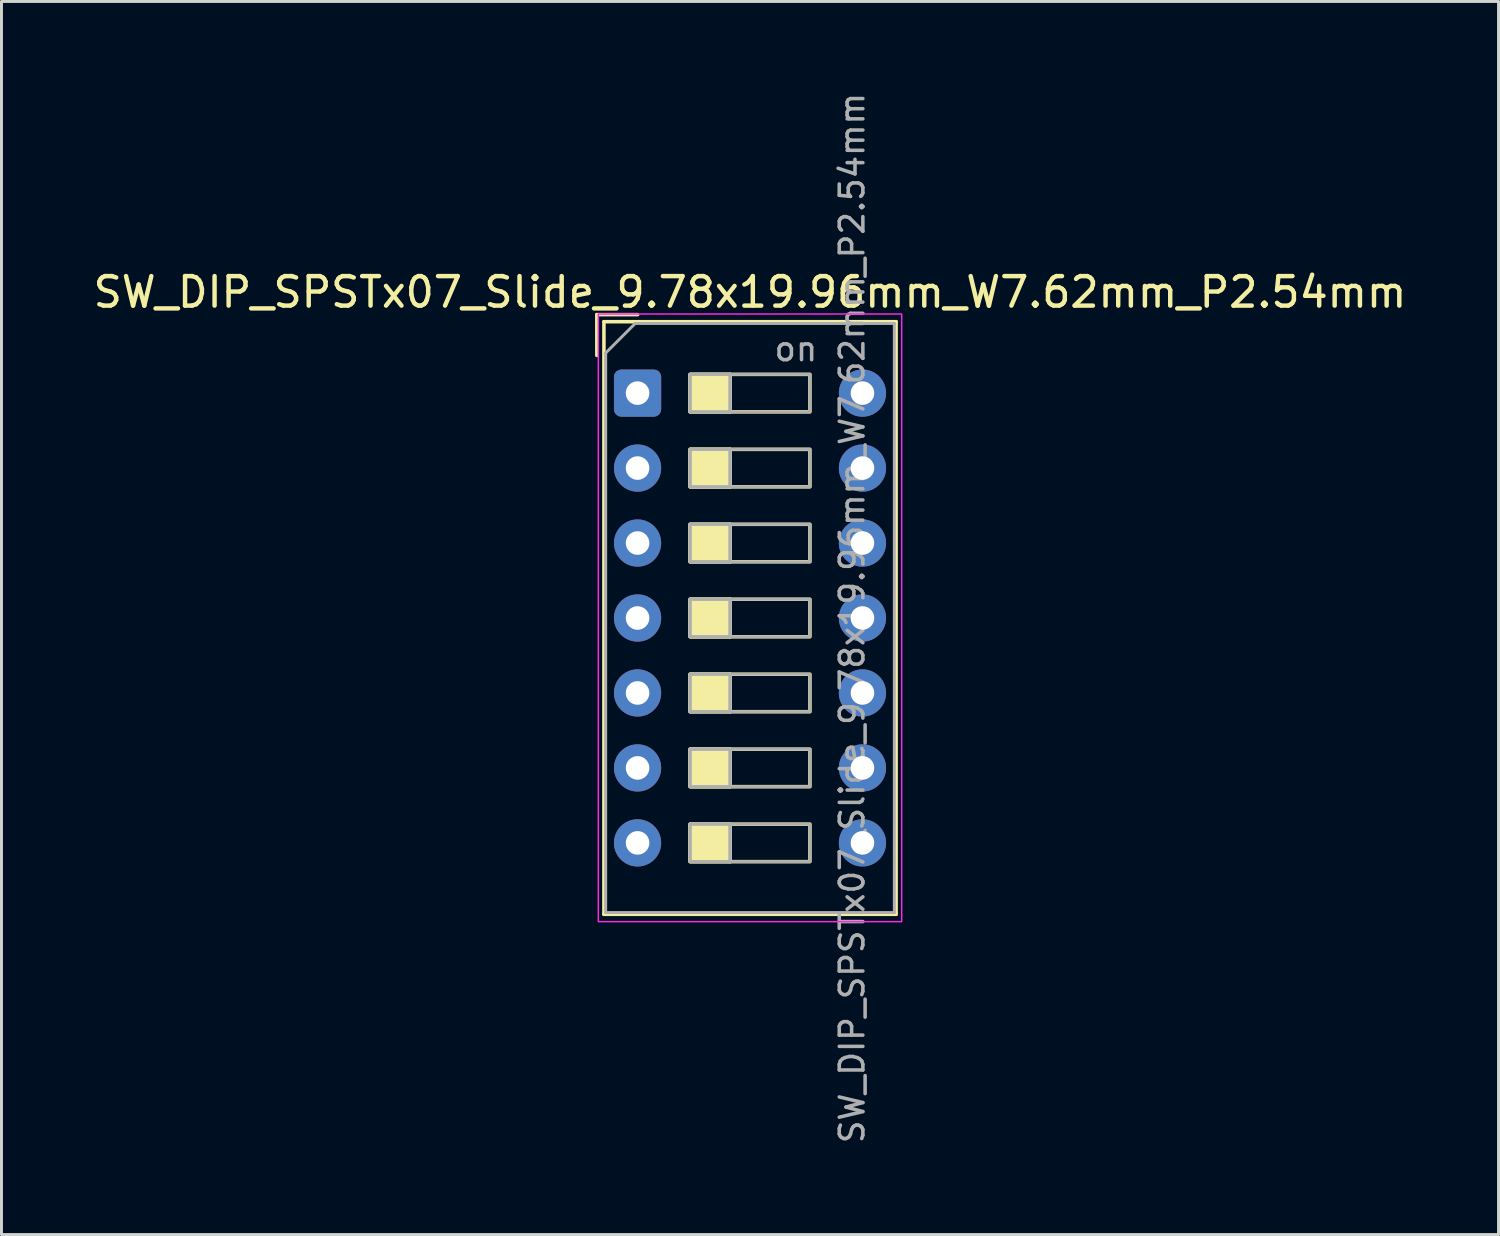
<source format=kicad_pcb>
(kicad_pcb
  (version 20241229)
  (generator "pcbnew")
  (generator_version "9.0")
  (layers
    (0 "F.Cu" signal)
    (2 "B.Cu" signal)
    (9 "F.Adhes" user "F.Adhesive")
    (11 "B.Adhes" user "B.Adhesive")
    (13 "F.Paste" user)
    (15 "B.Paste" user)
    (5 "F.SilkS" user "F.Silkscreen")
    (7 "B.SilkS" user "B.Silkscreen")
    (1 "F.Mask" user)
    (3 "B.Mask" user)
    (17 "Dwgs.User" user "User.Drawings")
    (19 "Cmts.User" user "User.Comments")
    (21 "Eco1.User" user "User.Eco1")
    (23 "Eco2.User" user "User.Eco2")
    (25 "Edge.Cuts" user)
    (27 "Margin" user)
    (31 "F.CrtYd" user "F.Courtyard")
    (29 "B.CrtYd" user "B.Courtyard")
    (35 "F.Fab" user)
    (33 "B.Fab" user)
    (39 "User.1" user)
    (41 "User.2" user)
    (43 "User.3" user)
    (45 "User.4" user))
  (footprint "SW_DIP_SPSTx07_Slide_9.78x19.96mm_W7.62mm_P2.54mm"
    (layer "F.Cu")
    (at 18.553 10.27)
    (property "Reference" "SW_DIP_SPSTx07_Slide_9.78x19.96mm_W7.62mm_P2.54mm" (at 3.81 -3.42 0) (layer "F.SilkS") (effects (font (size 1 1) (thickness 0.15))))
    (attr through_hole)
    (fp_line (start -1.38 -2.66) (end -1.38 -1.277) (stroke (width 0.12) (type solid)) (layer "F.SilkS"))
    (fp_line (start -1.38 -2.66) (end 0.003 -2.66) (stroke (width 0.12) (type solid)) (layer "F.SilkS"))
    (fp_line (start -1.14 -2.42) (end -1.14 17.66) (stroke (width 0.12) (type solid)) (layer "F.SilkS"))
    (fp_line (start -1.14 -2.42) (end 8.76 -2.42) (stroke (width 0.12) (type solid)) (layer "F.SilkS"))
    (fp_line (start -1.14 17.66) (end 8.76 17.66) (stroke (width 0.12) (type solid)) (layer "F.SilkS"))
    (fp_line (start 3.133 -0.635) (end 3.133 0.635) (stroke (width 0.12) (type solid)) (layer "F.SilkS"))
    (fp_line (start 3.133 1.905) (end 3.133 3.175) (stroke (width 0.12) (type solid)) (layer "F.SilkS"))
    (fp_line (start 3.133 4.445) (end 3.133 5.715) (stroke (width 0.12) (type solid)) (layer "F.SilkS"))
    (fp_line (start 3.133 6.985) (end 3.133 8.255) (stroke (width 0.12) (type solid)) (layer "F.SilkS"))
    (fp_line (start 3.133 9.525) (end 3.133 10.795) (stroke (width 0.12) (type solid)) (layer "F.SilkS"))
    (fp_line (start 3.133 12.065) (end 3.133 13.335) (stroke (width 0.12) (type solid)) (layer "F.SilkS"))
    (fp_line (start 3.133 14.605) (end 3.133 15.875) (stroke (width 0.12) (type solid)) (layer "F.SilkS"))
    (fp_line (start 8.76 -2.42) (end 8.76 17.66) (stroke (width 0.12) (type solid)) (layer "F.SilkS"))
    (fp_rect (start 1.78 -0.635) (end 3.133 0.635) (stroke (width 0.12) (type solid)) (fill yes) (layer "F.SilkS"))
    (fp_rect (start 1.78 -0.635) (end 5.84 0.635) (stroke (width 0.12) (type solid)) (fill no) (layer "F.SilkS"))
    (fp_rect (start 1.78 1.905) (end 3.133 3.175) (stroke (width 0.12) (type solid)) (fill yes) (layer "F.SilkS"))
    (fp_rect (start 1.78 1.905) (end 5.84 3.175) (stroke (width 0.12) (type solid)) (fill no) (layer "F.SilkS"))
    (fp_rect (start 1.78 4.445) (end 3.133 5.715) (stroke (width 0.12) (type solid)) (fill yes) (layer "F.SilkS"))
    (fp_rect (start 1.78 4.445) (end 5.84 5.715) (stroke (width 0.12) (type solid)) (fill no) (layer "F.SilkS"))
    (fp_rect (start 1.78 6.985) (end 3.133 8.255) (stroke (width 0.12) (type solid)) (fill yes) (layer "F.SilkS"))
    (fp_rect (start 1.78 6.985) (end 5.84 8.255) (stroke (width 0.12) (type solid)) (fill no) (layer "F.SilkS"))
    (fp_rect (start 1.78 9.525) (end 3.133 10.795) (stroke (width 0.12) (type solid)) (fill yes) (layer "F.SilkS"))
    (fp_rect (start 1.78 9.525) (end 5.84 10.795) (stroke (width 0.12) (type solid)) (fill no) (layer "F.SilkS"))
    (fp_rect (start 1.78 12.065) (end 3.133 13.335) (stroke (width 0.12) (type solid)) (fill yes) (layer "F.SilkS"))
    (fp_rect (start 1.78 12.065) (end 5.84 13.335) (stroke (width 0.12) (type solid)) (fill no) (layer "F.SilkS"))
    (fp_rect (start 1.78 14.605) (end 3.133 15.875) (stroke (width 0.12) (type solid)) (fill yes) (layer "F.SilkS"))
    (fp_rect (start 1.78 14.605) (end 5.84 15.875) (stroke (width 0.12) (type solid)) (fill no) (layer "F.SilkS"))
    (fp_rect (start -1.33 -2.68) (end 8.95 17.91) (stroke (width 0.05) (type solid)) (fill no) (layer "F.CrtYd"))
    (fp_line (start -1.08 -1.36) (end -0.08 -2.36) (stroke (width 0.1) (type solid)) (layer "F.Fab"))
    (fp_line (start -1.08 17.6) (end -1.08 -1.36) (stroke (width 0.1) (type solid)) (layer "F.Fab"))
    (fp_line (start -0.08 -2.36) (end 8.7 -2.36) (stroke (width 0.1) (type solid)) (layer "F.Fab"))
    (fp_line (start 3.133 -0.635) (end 3.133 0.635) (stroke (width 0.1) (type solid)) (layer "F.Fab"))
    (fp_line (start 3.133 1.905) (end 3.133 3.175) (stroke (width 0.1) (type solid)) (layer "F.Fab"))
    (fp_line (start 3.133 4.445) (end 3.133 5.715) (stroke (width 0.1) (type solid)) (layer "F.Fab"))
    (fp_line (start 3.133 6.985) (end 3.133 8.255) (stroke (width 0.1) (type solid)) (layer "F.Fab"))
    (fp_line (start 3.133 9.525) (end 3.133 10.795) (stroke (width 0.1) (type solid)) (layer "F.Fab"))
    (fp_line (start 3.133 12.065) (end 3.133 13.335) (stroke (width 0.1) (type solid)) (layer "F.Fab"))
    (fp_line (start 3.133 14.605) (end 3.133 15.875) (stroke (width 0.1) (type solid)) (layer "F.Fab"))
    (fp_line (start 8.7 -2.36) (end 8.7 17.6) (stroke (width 0.1) (type solid)) (layer "F.Fab"))
    (fp_line (start 8.7 17.6) (end -1.08 17.6) (stroke (width 0.1) (type solid)) (layer "F.Fab"))
    (fp_rect (start 1.78 -0.635) (end 3.133 0.635) (stroke (width 0.1) (type solid)) (fill no) (layer "F.Fab"))
    (fp_rect (start 1.78 -0.635) (end 5.84 0.635) (stroke (width 0.1) (type solid)) (fill no) (layer "F.Fab"))
    (fp_rect (start 1.78 1.905) (end 3.133 3.175) (stroke (width 0.1) (type solid)) (fill no) (layer "F.Fab"))
    (fp_rect (start 1.78 1.905) (end 5.84 3.175) (stroke (width 0.1) (type solid)) (fill no) (layer "F.Fab"))
    (fp_rect (start 1.78 4.445) (end 3.133 5.715) (stroke (width 0.1) (type solid)) (fill no) (layer "F.Fab"))
    (fp_rect (start 1.78 4.445) (end 5.84 5.715) (stroke (width 0.1) (type solid)) (fill no) (layer "F.Fab"))
    (fp_rect (start 1.78 6.985) (end 3.133 8.255) (stroke (width 0.1) (type solid)) (fill no) (layer "F.Fab"))
    (fp_rect (start 1.78 6.985) (end 5.84 8.255) (stroke (width 0.1) (type solid)) (fill no) (layer "F.Fab"))
    (fp_rect (start 1.78 9.525) (end 3.133 10.795) (stroke (width 0.1) (type solid)) (fill no) (layer "F.Fab"))
    (fp_rect (start 1.78 9.525) (end 5.84 10.795) (stroke (width 0.1) (type solid)) (fill no) (layer "F.Fab"))
    (fp_rect (start 1.78 12.065) (end 3.133 13.335) (stroke (width 0.1) (type solid)) (fill no) (layer "F.Fab"))
    (fp_rect (start 1.78 12.065) (end 5.84 13.335) (stroke (width 0.1) (type solid)) (fill no) (layer "F.Fab"))
    (fp_rect (start 1.78 14.605) (end 3.133 15.875) (stroke (width 0.1) (type solid)) (fill no) (layer "F.Fab"))
    (fp_rect (start 1.78 14.605) (end 5.84 15.875) (stroke (width 0.1) (type solid)) (fill no) (layer "F.Fab"))
    (fp_text user "on" (at 5.365 -1.498 0) (layer "F.Fab") (effects (font (size 0.8 0.8) (thickness 0.12))))
    (fp_text user "${REFERENCE}" (at 7.27 7.62 90) (layer "F.Fab") (effects (font (size 0.8 0.8) (thickness 0.12))))
    (pad "1" thru_hole roundrect (at 0 0) (size 1.6 1.6) (drill 0.8) (layers "*.Cu" "*.Mask") (roundrect_rratio 0.156))
    (pad "2" thru_hole circle (at 0 2.54) (size 1.6 1.6) (drill 0.8) (layers "*.Cu" "*.Mask"))
    (pad "3" thru_hole circle (at 0 5.08) (size 1.6 1.6) (drill 0.8) (layers "*.Cu" "*.Mask"))
    (pad "4" thru_hole circle (at 0 7.62) (size 1.6 1.6) (drill 0.8) (layers "*.Cu" "*.Mask"))
    (pad "5" thru_hole circle (at 0 10.16) (size 1.6 1.6) (drill 0.8) (layers "*.Cu" "*.Mask"))
    (pad "6" thru_hole circle (at 0 12.7) (size 1.6 1.6) (drill 0.8) (layers "*.Cu" "*.Mask"))
    (pad "7" thru_hole circle (at 0 15.24) (size 1.6 1.6) (drill 0.8) (layers "*.Cu" "*.Mask"))
    (pad "8" thru_hole circle (at 7.62 15.24) (size 1.6 1.6) (drill 0.8) (layers "*.Cu" "*.Mask"))
    (pad "9" thru_hole circle (at 7.62 12.7) (size 1.6 1.6) (drill 0.8) (layers "*.Cu" "*.Mask"))
    (pad "10" thru_hole circle (at 7.62 10.16) (size 1.6 1.6) (drill 0.8) (layers "*.Cu" "*.Mask"))
    (pad "11" thru_hole circle (at 7.62 7.62) (size 1.6 1.6) (drill 0.8) (layers "*.Cu" "*.Mask"))
    (pad "12" thru_hole circle (at 7.62 5.08) (size 1.6 1.6) (drill 0.8) (layers "*.Cu" "*.Mask"))
    (pad "13" thru_hole circle (at 7.62 2.54) (size 1.6 1.6) (drill 0.8) (layers "*.Cu" "*.Mask"))
    (pad "14" thru_hole circle (at 7.62 0) (size 1.6 1.6) (drill 0.8) (layers "*.Cu" "*.Mask")))
  (gr_rect
    (start -3 -3)
    (end 47.726 38.781)
    (stroke (width 0.1) (type default))
    (fill no)
    (layer "Edge.Cuts")))
</source>
